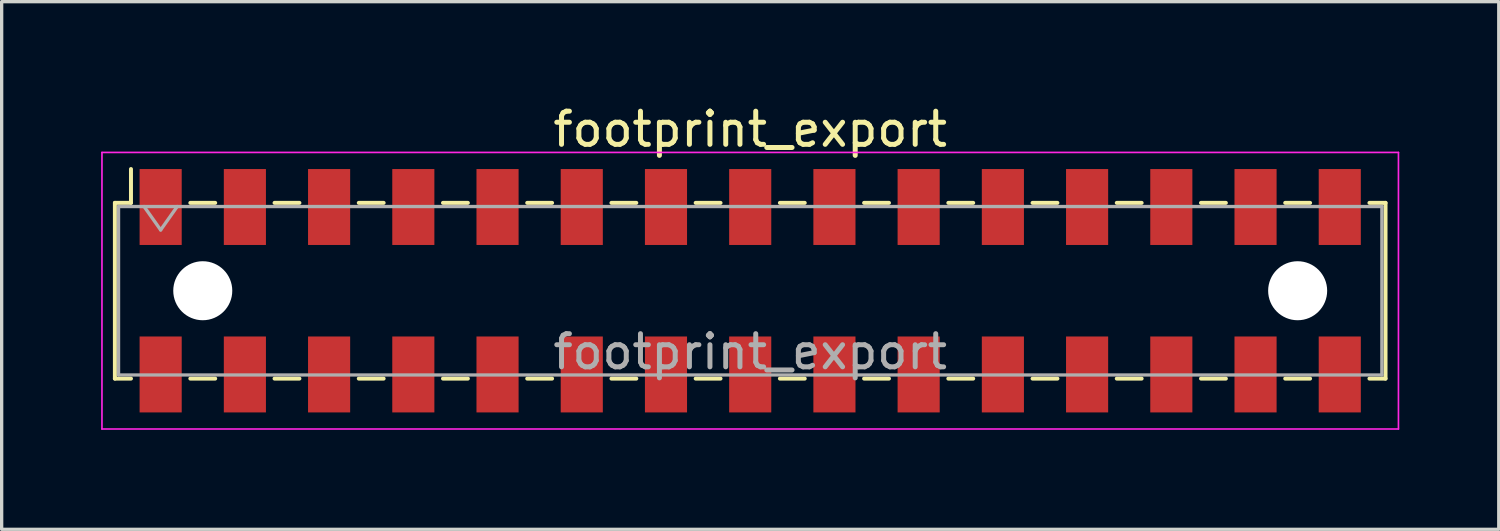
<source format=kicad_pcb>
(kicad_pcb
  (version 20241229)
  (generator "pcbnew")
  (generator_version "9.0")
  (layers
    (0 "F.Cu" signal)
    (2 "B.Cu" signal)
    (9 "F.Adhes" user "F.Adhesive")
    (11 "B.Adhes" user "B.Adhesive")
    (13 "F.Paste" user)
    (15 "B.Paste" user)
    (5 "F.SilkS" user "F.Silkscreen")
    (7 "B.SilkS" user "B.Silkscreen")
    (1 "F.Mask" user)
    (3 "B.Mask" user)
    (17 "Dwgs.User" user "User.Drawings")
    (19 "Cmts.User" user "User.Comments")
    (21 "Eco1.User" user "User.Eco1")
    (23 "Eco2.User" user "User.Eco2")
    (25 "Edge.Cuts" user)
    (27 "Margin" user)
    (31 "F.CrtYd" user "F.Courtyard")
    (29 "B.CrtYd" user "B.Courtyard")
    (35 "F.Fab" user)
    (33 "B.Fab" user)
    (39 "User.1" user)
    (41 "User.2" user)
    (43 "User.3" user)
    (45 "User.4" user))
  (footprint "footprint_export"
    (layer "F.Cu")
    (at 19.575 5.718)
    (property "Reference" "footprint_export" (at 0 -4.87 0) (layer "F.SilkS") (effects (font (size 1 1) (thickness 0.15))))
    (attr smd)
    (fp_line (start -19.16 -2.65) (end -19.16 2.65) (stroke (width 0.12) (type solid)) (layer "F.SilkS"))
    (fp_line (start -19.16 2.65) (end -18.675 2.65) (stroke (width 0.12) (type solid)) (layer "F.SilkS"))
    (fp_line (start -18.675 -3.67) (end -18.675 -2.65) (stroke (width 0.12) (type solid)) (layer "F.SilkS"))
    (fp_line (start -18.675 -2.65) (end -19.16 -2.65) (stroke (width 0.12) (type solid)) (layer "F.SilkS"))
    (fp_line (start -16.885 -2.65) (end -16.135 -2.65) (stroke (width 0.12) (type solid)) (layer "F.SilkS"))
    (fp_line (start -16.885 2.65) (end -16.135 2.65) (stroke (width 0.12) (type solid)) (layer "F.SilkS"))
    (fp_line (start -14.345 -2.65) (end -13.595 -2.65) (stroke (width 0.12) (type solid)) (layer "F.SilkS"))
    (fp_line (start -14.345 2.65) (end -13.595 2.65) (stroke (width 0.12) (type solid)) (layer "F.SilkS"))
    (fp_line (start -11.805 -2.65) (end -11.055 -2.65) (stroke (width 0.12) (type solid)) (layer "F.SilkS"))
    (fp_line (start -11.805 2.65) (end -11.055 2.65) (stroke (width 0.12) (type solid)) (layer "F.SilkS"))
    (fp_line (start -9.265 -2.65) (end -8.515 -2.65) (stroke (width 0.12) (type solid)) (layer "F.SilkS"))
    (fp_line (start -9.265 2.65) (end -8.515 2.65) (stroke (width 0.12) (type solid)) (layer "F.SilkS"))
    (fp_line (start -6.725 -2.65) (end -5.975 -2.65) (stroke (width 0.12) (type solid)) (layer "F.SilkS"))
    (fp_line (start -6.725 2.65) (end -5.975 2.65) (stroke (width 0.12) (type solid)) (layer "F.SilkS"))
    (fp_line (start -4.185 -2.65) (end -3.435 -2.65) (stroke (width 0.12) (type solid)) (layer "F.SilkS"))
    (fp_line (start -4.185 2.65) (end -3.435 2.65) (stroke (width 0.12) (type solid)) (layer "F.SilkS"))
    (fp_line (start -1.645 -2.65) (end -0.895 -2.65) (stroke (width 0.12) (type solid)) (layer "F.SilkS"))
    (fp_line (start -1.645 2.65) (end -0.895 2.65) (stroke (width 0.12) (type solid)) (layer "F.SilkS"))
    (fp_line (start 0.895 -2.65) (end 1.645 -2.65) (stroke (width 0.12) (type solid)) (layer "F.SilkS"))
    (fp_line (start 0.895 2.65) (end 1.645 2.65) (stroke (width 0.12) (type solid)) (layer "F.SilkS"))
    (fp_line (start 3.435 -2.65) (end 4.185 -2.65) (stroke (width 0.12) (type solid)) (layer "F.SilkS"))
    (fp_line (start 3.435 2.65) (end 4.185 2.65) (stroke (width 0.12) (type solid)) (layer "F.SilkS"))
    (fp_line (start 5.975 -2.65) (end 6.725 -2.65) (stroke (width 0.12) (type solid)) (layer "F.SilkS"))
    (fp_line (start 5.975 2.65) (end 6.725 2.65) (stroke (width 0.12) (type solid)) (layer "F.SilkS"))
    (fp_line (start 8.515 -2.65) (end 9.265 -2.65) (stroke (width 0.12) (type solid)) (layer "F.SilkS"))
    (fp_line (start 8.515 2.65) (end 9.265 2.65) (stroke (width 0.12) (type solid)) (layer "F.SilkS"))
    (fp_line (start 11.055 -2.65) (end 11.805 -2.65) (stroke (width 0.12) (type solid)) (layer "F.SilkS"))
    (fp_line (start 11.055 2.65) (end 11.805 2.65) (stroke (width 0.12) (type solid)) (layer "F.SilkS"))
    (fp_line (start 13.595 -2.65) (end 14.345 -2.65) (stroke (width 0.12) (type solid)) (layer "F.SilkS"))
    (fp_line (start 13.595 2.65) (end 14.345 2.65) (stroke (width 0.12) (type solid)) (layer "F.SilkS"))
    (fp_line (start 16.135 -2.65) (end 16.885 -2.65) (stroke (width 0.12) (type solid)) (layer "F.SilkS"))
    (fp_line (start 16.135 2.65) (end 16.885 2.65) (stroke (width 0.12) (type solid)) (layer "F.SilkS"))
    (fp_line (start 18.675 -2.65) (end 19.16 -2.65) (stroke (width 0.12) (type solid)) (layer "F.SilkS"))
    (fp_line (start 19.16 -2.65) (end 19.16 2.65) (stroke (width 0.12) (type solid)) (layer "F.SilkS"))
    (fp_line (start 19.16 2.65) (end 18.675 2.65) (stroke (width 0.12) (type solid)) (layer "F.SilkS"))
    (fp_line (start -19.55 -4.17) (end 19.55 -4.17) (stroke (width 0.05) (type solid)) (layer "F.CrtYd"))
    (fp_line (start -19.55 4.17) (end -19.55 -4.17) (stroke (width 0.05) (type solid)) (layer "F.CrtYd"))
    (fp_line (start 19.55 -4.17) (end 19.55 4.17) (stroke (width 0.05) (type solid)) (layer "F.CrtYd"))
    (fp_line (start 19.55 4.17) (end -19.55 4.17) (stroke (width 0.05) (type solid)) (layer "F.CrtYd"))
    (fp_line (start -19.05 -2.54) (end 19.05 -2.54) (stroke (width 0.1) (type solid)) (layer "F.Fab"))
    (fp_line (start -19.05 2.54) (end -19.05 -2.54) (stroke (width 0.1) (type solid)) (layer "F.Fab"))
    (fp_line (start -18.28 -2.54) (end -17.78 -1.833) (stroke (width 0.1) (type solid)) (layer "F.Fab"))
    (fp_line (start -17.78 -1.833) (end -17.28 -2.54) (stroke (width 0.1) (type solid)) (layer "F.Fab"))
    (fp_line (start 19.05 -2.54) (end 19.05 2.54) (stroke (width 0.1) (type solid)) (layer "F.Fab"))
    (fp_line (start 19.05 2.54) (end -19.05 2.54) (stroke (width 0.1) (type solid)) (layer "F.Fab"))
    (fp_text user "${REFERENCE}" (at 0 1.84 0) (layer "F.Fab") (effects (font (size 1 1) (thickness 0.15))))
    (pad "" np_thru_hole circle (at -16.51 0) (size 1.78 1.78) (drill 1.78) (layers "*.Cu" "*.Mask"))
    (pad "" np_thru_hole circle (at 16.51 0) (size 1.78 1.78) (drill 1.78) (layers "*.Cu" "*.Mask"))
    (pad "1" smd rect (at -17.78 -2.525) (size 1.27 2.29) (layers "F.Cu" "F.Mask" "F.Paste"))
    (pad "2" smd rect (at -17.78 2.525) (size 1.27 2.29) (layers "F.Cu" "F.Mask" "F.Paste"))
    (pad "3" smd rect (at -15.24 -2.525) (size 1.27 2.29) (layers "F.Cu" "F.Mask" "F.Paste"))
    (pad "4" smd rect (at -15.24 2.525) (size 1.27 2.29) (layers "F.Cu" "F.Mask" "F.Paste"))
    (pad "5" smd rect (at -12.7 -2.525) (size 1.27 2.29) (layers "F.Cu" "F.Mask" "F.Paste"))
    (pad "6" smd rect (at -12.7 2.525) (size 1.27 2.29) (layers "F.Cu" "F.Mask" "F.Paste"))
    (pad "7" smd rect (at -10.16 -2.525) (size 1.27 2.29) (layers "F.Cu" "F.Mask" "F.Paste"))
    (pad "8" smd rect (at -10.16 2.525) (size 1.27 2.29) (layers "F.Cu" "F.Mask" "F.Paste"))
    (pad "9" smd rect (at -7.62 -2.525) (size 1.27 2.29) (layers "F.Cu" "F.Mask" "F.Paste"))
    (pad "10" smd rect (at -7.62 2.525) (size 1.27 2.29) (layers "F.Cu" "F.Mask" "F.Paste"))
    (pad "11" smd rect (at -5.08 -2.525) (size 1.27 2.29) (layers "F.Cu" "F.Mask" "F.Paste"))
    (pad "12" smd rect (at -5.08 2.525) (size 1.27 2.29) (layers "F.Cu" "F.Mask" "F.Paste"))
    (pad "13" smd rect (at -2.54 -2.525) (size 1.27 2.29) (layers "F.Cu" "F.Mask" "F.Paste"))
    (pad "14" smd rect (at -2.54 2.525) (size 1.27 2.29) (layers "F.Cu" "F.Mask" "F.Paste"))
    (pad "15" smd rect (at 0 -2.525) (size 1.27 2.29) (layers "F.Cu" "F.Mask" "F.Paste"))
    (pad "16" smd rect (at 0 2.525) (size 1.27 2.29) (layers "F.Cu" "F.Mask" "F.Paste"))
    (pad "17" smd rect (at 2.54 -2.525) (size 1.27 2.29) (layers "F.Cu" "F.Mask" "F.Paste"))
    (pad "18" smd rect (at 2.54 2.525) (size 1.27 2.29) (layers "F.Cu" "F.Mask" "F.Paste"))
    (pad "19" smd rect (at 5.08 -2.525) (size 1.27 2.29) (layers "F.Cu" "F.Mask" "F.Paste"))
    (pad "20" smd rect (at 5.08 2.525) (size 1.27 2.29) (layers "F.Cu" "F.Mask" "F.Paste"))
    (pad "21" smd rect (at 7.62 -2.525) (size 1.27 2.29) (layers "F.Cu" "F.Mask" "F.Paste"))
    (pad "22" smd rect (at 7.62 2.525) (size 1.27 2.29) (layers "F.Cu" "F.Mask" "F.Paste"))
    (pad "23" smd rect (at 10.16 -2.525) (size 1.27 2.29) (layers "F.Cu" "F.Mask" "F.Paste"))
    (pad "24" smd rect (at 10.16 2.525) (size 1.27 2.29) (layers "F.Cu" "F.Mask" "F.Paste"))
    (pad "25" smd rect (at 12.7 -2.525) (size 1.27 2.29) (layers "F.Cu" "F.Mask" "F.Paste"))
    (pad "26" smd rect (at 12.7 2.525) (size 1.27 2.29) (layers "F.Cu" "F.Mask" "F.Paste"))
    (pad "27" smd rect (at 15.24 -2.525) (size 1.27 2.29) (layers "F.Cu" "F.Mask" "F.Paste"))
    (pad "28" smd rect (at 15.24 2.525) (size 1.27 2.29) (layers "F.Cu" "F.Mask" "F.Paste"))
    (pad "29" smd rect (at 17.78 -2.525) (size 1.27 2.29) (layers "F.Cu" "F.Mask" "F.Paste"))
    (pad "30" smd rect (at 17.78 2.525) (size 1.27 2.29) (layers "F.Cu" "F.Mask" "F.Paste")))
  (gr_rect
    (start -3 -3)
    (end 42.15 12.913)
    (stroke (width 0.1) (type default))
    (fill no)
    (layer "Edge.Cuts")))
</source>
